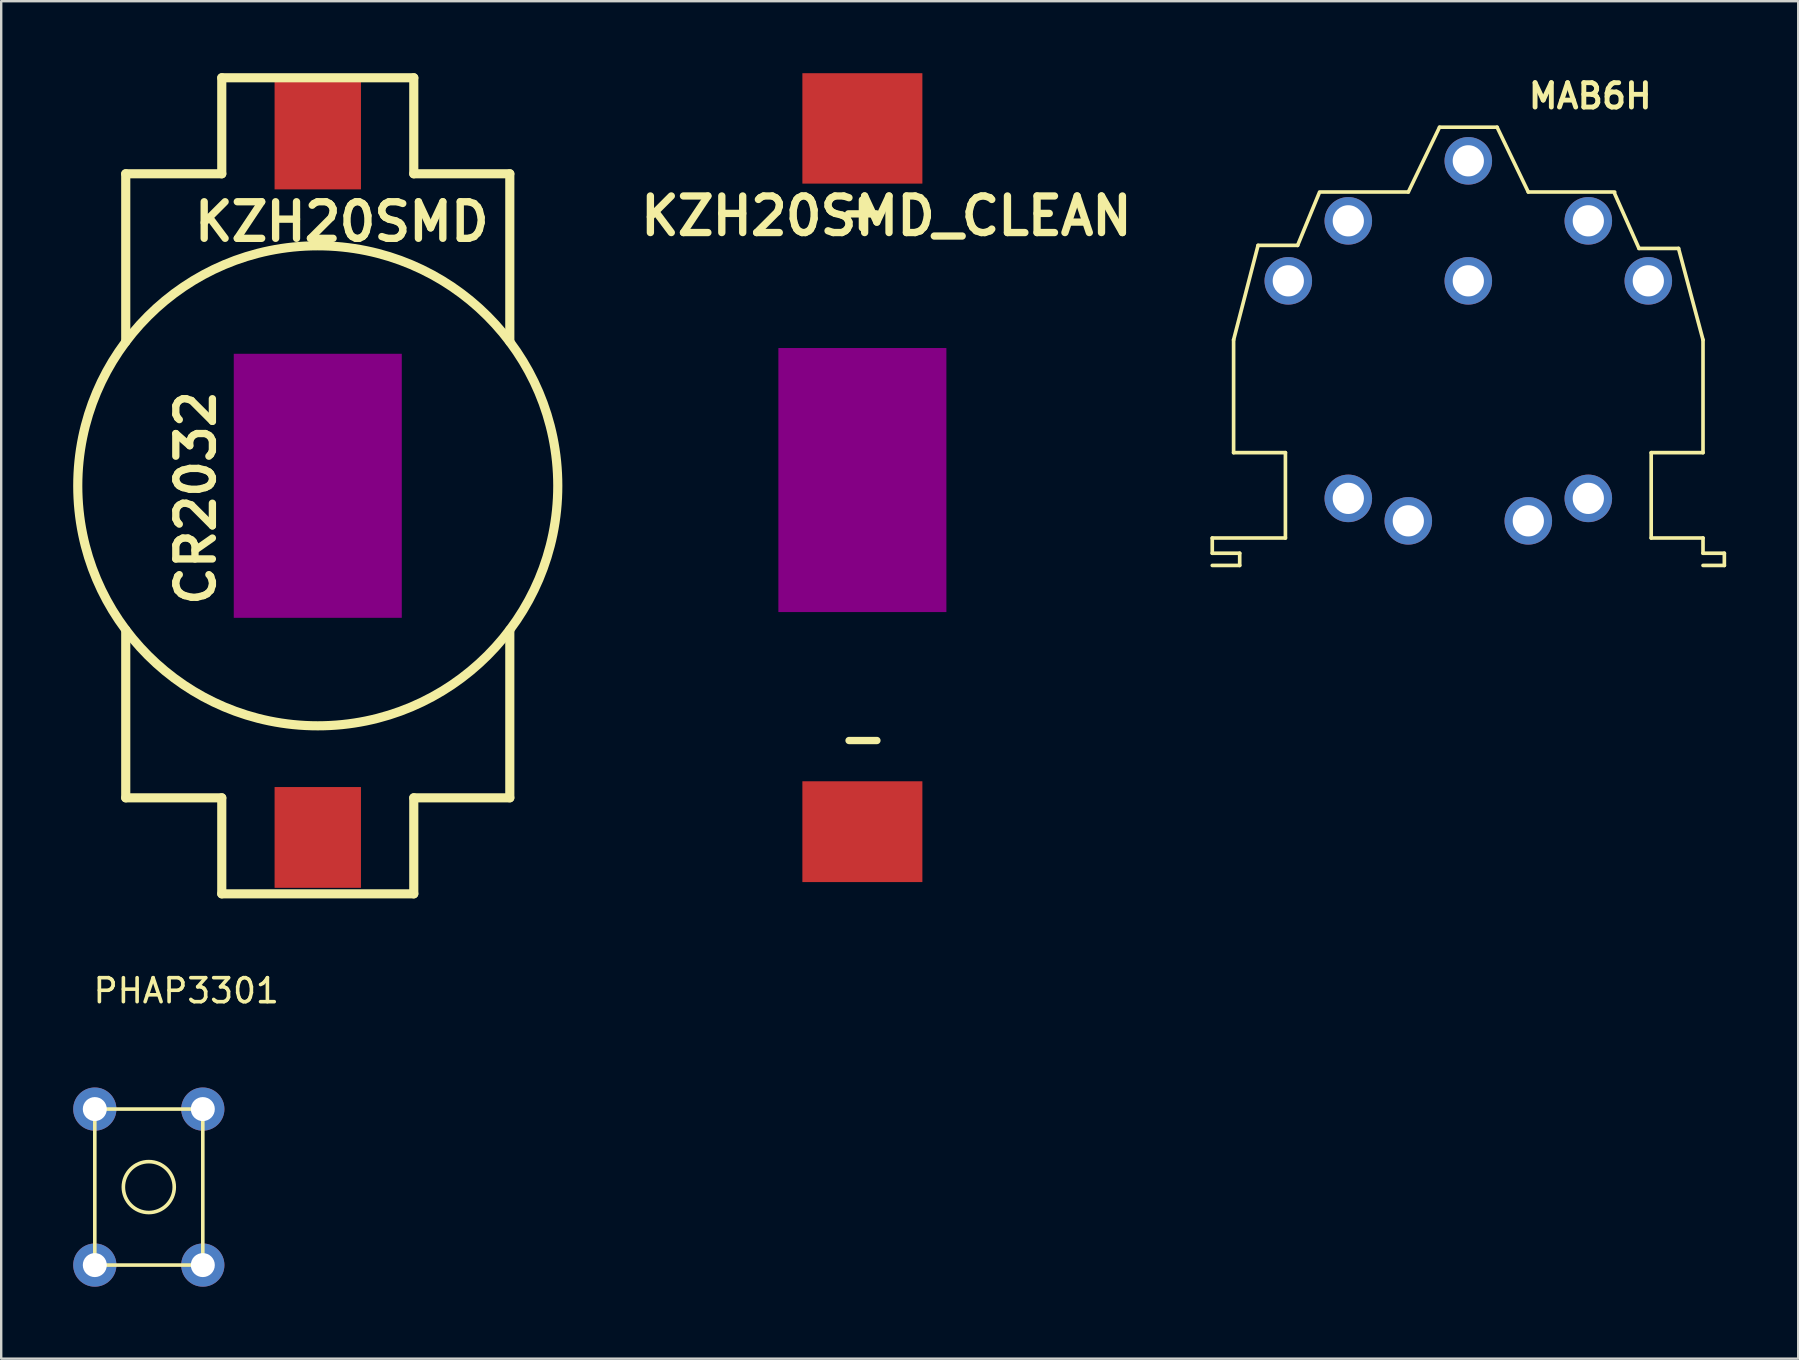
<source format=kicad_pcb>
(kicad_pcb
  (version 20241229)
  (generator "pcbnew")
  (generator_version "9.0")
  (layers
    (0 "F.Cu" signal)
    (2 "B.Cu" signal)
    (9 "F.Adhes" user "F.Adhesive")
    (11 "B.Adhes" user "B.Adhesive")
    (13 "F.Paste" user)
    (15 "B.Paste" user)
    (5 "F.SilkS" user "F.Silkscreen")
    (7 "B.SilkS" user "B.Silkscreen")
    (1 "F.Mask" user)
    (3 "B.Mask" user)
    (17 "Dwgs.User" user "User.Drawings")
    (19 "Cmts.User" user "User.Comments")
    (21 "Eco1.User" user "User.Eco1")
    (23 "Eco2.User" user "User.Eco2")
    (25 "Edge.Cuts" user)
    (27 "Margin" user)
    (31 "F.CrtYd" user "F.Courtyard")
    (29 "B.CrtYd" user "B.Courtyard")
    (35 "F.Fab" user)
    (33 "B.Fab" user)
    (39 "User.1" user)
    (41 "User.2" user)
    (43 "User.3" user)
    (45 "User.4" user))
  (footprint "MAB6H"
    (layer "F.Cu")
    (at 58.127 13.651)
    (property "Reference" "MAB6H" (at 5.08 -12.7 0) (layer "F.SilkS") (effects (font (size 1.016 1.016) (thickness 0.203))))
    (attr exclude_from_pos_files exclude_from_bom)
    (fp_line (start -10.668 6.35) (end -10.668 5.715) (stroke (width 0.152) (type solid)) (layer "F.SilkS"))
    (fp_line (start -10.668 6.35) (end -9.525 6.35) (stroke (width 0.152) (type solid)) (layer "F.SilkS"))
    (fp_line (start -9.779 2.159) (end -9.779 -2.54) (stroke (width 0.152) (type solid)) (layer "F.SilkS"))
    (fp_line (start -9.779 2.159) (end -7.62 2.159) (stroke (width 0.152) (type solid)) (layer "F.SilkS"))
    (fp_line (start -9.525 6.858) (end -10.668 6.858) (stroke (width 0.152) (type solid)) (layer "F.SilkS"))
    (fp_line (start -9.525 6.858) (end -9.525 6.35) (stroke (width 0.152) (type solid)) (layer "F.SilkS"))
    (fp_line (start -8.76 -6.477) (end -9.779 -2.54) (stroke (width 0.152) (type solid)) (layer "F.SilkS"))
    (fp_line (start -8.76 -6.477) (end -7.112 -6.477) (stroke (width 0.152) (type solid)) (layer "F.SilkS"))
    (fp_line (start -7.62 5.715) (end -10.668 5.715) (stroke (width 0.152) (type solid)) (layer "F.SilkS"))
    (fp_line (start -7.62 5.715) (end -7.62 2.159) (stroke (width 0.152) (type solid)) (layer "F.SilkS"))
    (fp_line (start -7.112 -6.477) (end -6.223 -8.636) (stroke (width 0.152) (type solid)) (layer "F.SilkS"))
    (fp_line (start -6.2 -8.7) (end -2.5 -8.7) (stroke (width 0.15) (type solid)) (layer "F.SilkS"))
    (fp_line (start -2.5 -8.7) (end -1.2 -11.4) (stroke (width 0.15) (type solid)) (layer "F.SilkS"))
    (fp_line (start 1.2 -11.4) (end -1.2 -11.4) (stroke (width 0.15) (type solid)) (layer "F.SilkS"))
    (fp_line (start 2.5 -8.7) (end 1.2 -11.4) (stroke (width 0.15) (type solid)) (layer "F.SilkS"))
    (fp_line (start 6.096 -8.636) (end 7.112 -6.35) (stroke (width 0.152) (type solid)) (layer "F.SilkS"))
    (fp_line (start 6.1 -8.7) (end 2.5 -8.7) (stroke (width 0.15) (type solid)) (layer "F.SilkS"))
    (fp_line (start 7.62 5.715) (end 7.62 2.159) (stroke (width 0.152) (type solid)) (layer "F.SilkS"))
    (fp_line (start 8.76 -6.35) (end 7.112 -6.35) (stroke (width 0.152) (type solid)) (layer "F.SilkS"))
    (fp_line (start 8.76 -6.35) (end 9.779 -2.54) (stroke (width 0.152) (type solid)) (layer "F.SilkS"))
    (fp_line (start 9.779 2.159) (end 7.62 2.159) (stroke (width 0.152) (type solid)) (layer "F.SilkS"))
    (fp_line (start 9.779 2.159) (end 9.779 -2.54) (stroke (width 0.152) (type solid)) (layer "F.SilkS"))
    (fp_line (start 9.779 5.715) (end 7.62 5.715) (stroke (width 0.152) (type solid)) (layer "F.SilkS"))
    (fp_line (start 9.779 5.715) (end 9.779 6.35) (stroke (width 0.152) (type solid)) (layer "F.SilkS"))
    (fp_line (start 10.668 6.35) (end 9.779 6.35) (stroke (width 0.152) (type solid)) (layer "F.SilkS"))
    (fp_line (start 10.668 6.858) (end 9.779 6.858) (stroke (width 0.152) (type solid)) (layer "F.SilkS"))
    (fp_line (start 10.668 6.858) (end 10.668 6.35) (stroke (width 0.152) (type solid)) (layer "F.SilkS"))
    (pad "" thru_hole circle (at -5 4.064) (size 1.981 1.981) (drill 1.3) (layers "*.Cu" "*.Mask"))
    (pad "" thru_hole circle (at -2.5 5) (size 1.981 1.981) (drill 1.3) (layers "*.Cu" "*.Mask"))
    (pad "" thru_hole circle (at 2.5 5) (size 1.981 1.981) (drill 1.3) (layers "*.Cu" "*.Mask"))
    (pad "" thru_hole circle (at 5 4.064) (size 1.981 1.981) (drill 1.3) (layers "*.Cu" "*.Mask"))
    (pad "1" thru_hole circle (at 7.5 -5) (size 1.981 1.981) (drill 1.3) (layers "*.Cu" "*.Mask"))
    (pad "2" thru_hole circle (at 5 -7.5) (size 1.981 1.981) (drill 1.3) (layers "*.Cu" "*.Mask"))
    (pad "3" thru_hole circle (at 0 -5) (size 1.981 1.981) (drill 1.3) (layers "*.Cu" "*.Mask"))
    (pad "4" thru_hole circle (at -5 -7.5) (size 1.981 1.981) (drill 1.3) (layers "*.Cu" "*.Mask"))
    (pad "5" thru_hole circle (at -7.5 -5) (size 1.981 1.981) (drill 1.3) (layers "*.Cu" "*.Mask"))
    (pad "6" thru_hole circle (at 0 -10) (size 1.981 1.981) (drill 1.3) (layers "*.Cu" "*.Mask")))
  (footprint "PHAP3301"
    (layer "F.Cu")
    (at 0.9 49.66)
    (property "Reference" "PHAP3301" (at 3.81 -11.43 0) (layer "F.SilkS") (effects (font (size 1 1) (thickness 0.15))))
    (attr through_hole)
    (fp_line (start 0 -6.5) (end 0 0) (stroke (width 0.15) (type solid)) (layer "F.SilkS"))
    (fp_line (start 0 0) (end 4.5 0) (stroke (width 0.15) (type solid)) (layer "F.SilkS"))
    (fp_line (start 4.5 -6.5) (end 0 -6.5) (stroke (width 0.15) (type solid)) (layer "F.SilkS"))
    (fp_line (start 4.5 0) (end 4.5 -6.5) (stroke (width 0.15) (type solid)) (layer "F.SilkS"))
    (fp_circle (center 2.25 -3.25) (end 3 -2.5) (stroke (width 0.15) (type solid)) (fill no) (layer "F.SilkS"))
    (pad "1" thru_hole circle (at 0 -6.5) (size 1.8 1.8) (drill 1) (layers "*.Cu" "*.Mask"))
    (pad "1" thru_hole circle (at 0 0) (size 1.8 1.8) (drill 1) (layers "*.Cu" "*.Mask"))
    (pad "2" thru_hole circle (at 4.5 -6.5) (size 1.8 1.8) (drill 1) (layers "*.Cu" "*.Mask"))
    (pad "2" thru_hole circle (at 4.5 0) (size 1.8 1.8) (drill 1) (layers "*.Cu" "*.Mask")))
  (footprint "KZH20SMD"
    (layer "F.Cu")
    (at 10.19 17.191)
    (property "Reference" "KZH20SMD" (at 1.001 -11.001 0) (layer "F.SilkS") (effects (font (size 1.524 1.524) (thickness 0.305))))
    (attr through_hole)
    (fp_line (start -8.001 -13) (end -8.001 -5.999) (stroke (width 0.381) (type solid)) (layer "F.SilkS"))
    (fp_line (start -8.001 13) (end -8.001 5.999) (stroke (width 0.381) (type solid)) (layer "F.SilkS"))
    (fp_line (start -4 -17) (end -4 -13) (stroke (width 0.381) (type solid)) (layer "F.SilkS"))
    (fp_line (start -4 -17) (end 4 -17) (stroke (width 0.381) (type solid)) (layer "F.SilkS"))
    (fp_line (start -4 -13) (end -8.001 -13) (stroke (width 0.381) (type solid)) (layer "F.SilkS"))
    (fp_line (start -4 13) (end -8.001 13) (stroke (width 0.381) (type solid)) (layer "F.SilkS"))
    (fp_line (start -4 17) (end -4 13) (stroke (width 0.381) (type solid)) (layer "F.SilkS"))
    (fp_line (start -4 17) (end 4 17) (stroke (width 0.381) (type solid)) (layer "F.SilkS"))
    (fp_line (start 4 -17) (end 4 -13) (stroke (width 0.381) (type solid)) (layer "F.SilkS"))
    (fp_line (start 4 -13) (end 8.001 -13) (stroke (width 0.381) (type solid)) (layer "F.SilkS"))
    (fp_line (start 4 13) (end 8.001 13) (stroke (width 0.381) (type solid)) (layer "F.SilkS"))
    (fp_line (start 4 17) (end 4 13) (stroke (width 0.381) (type solid)) (layer "F.SilkS"))
    (fp_line (start 8.001 -13) (end 8.001 -5.999) (stroke (width 0.381) (type solid)) (layer "F.SilkS"))
    (fp_line (start 8.001 13) (end 8.001 5.999) (stroke (width 0.381) (type solid)) (layer "F.SilkS"))
    (fp_circle (center 0 0) (end 10 0) (stroke (width 0.381) (type solid)) (fill no) (layer "F.SilkS"))
    (fp_text user "CR2032" (at -5.08 0.508 90) (layer "F.SilkS") (effects (font (size 1.524 1.524) (thickness 0.305))))
    (pad "" smd rect (at 0 0) (size 7 11.001) (layers "F.Adhes"))
    (pad "1" smd rect (at 0 -14.651) (size 3.599 4.6) (layers "F.Cu" "F.Mask" "F.Paste"))
    (pad "2" smd rect (at 0 14.651) (size 3.599 4.2) (layers "F.Cu" "F.Mask" "F.Paste")))
  (footprint "KZH20SMD_CLEAN"
    (layer "F.Cu")
    (at 32.881 16.951)
    (property "Reference" "KZH20SMD_CLEAN" (at 1.001 -11.001 0) (layer "F.SilkS") (effects (font (size 1.524 1.524) (thickness 0.305))))
    (attr through_hole)
    (fp_text user "-" (at 0.025 10.744 0) (layer "F.SilkS") (effects (font (size 1.524 1.524) (thickness 0.305))))
    (fp_text user "+" (at 0 -11.2 0) (layer "F.SilkS") (effects (font (size 1.524 1.524) (thickness 0.305))))
    (pad "" smd rect (at 0 0) (size 7 11.001) (layers "F.Adhes"))
    (pad "1" smd rect (at 0 -14.651) (size 5 4.6) (layers "F.Cu" "F.Mask" "F.Paste"))
    (pad "2" smd rect (at 0 14.651) (size 5 4.2) (layers "F.Cu" "F.Mask" "F.Paste")))
  (gr_rect
    (start -3 -3)
    (end 71.872 53.56)
    (stroke (width 0.1) (type default))
    (fill no)
    (layer "Edge.Cuts")))
</source>
